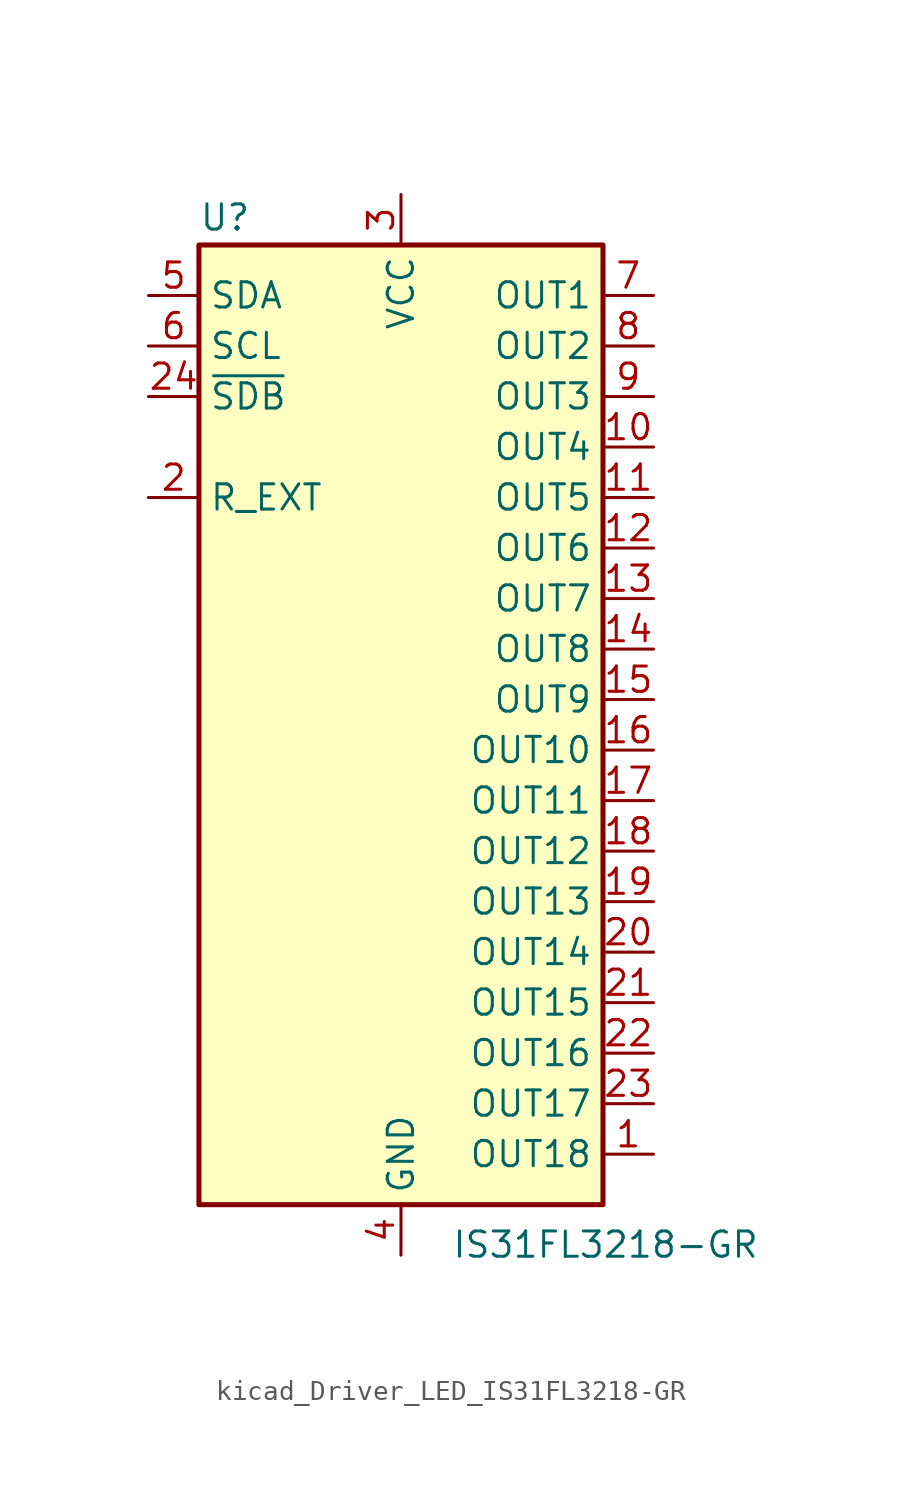
<source format=kicad_sym>
(kicad_symbol_lib
  (version 20220914)
  (generator kicad_symbol_editor)
  (symbol "kicad_Driver_LED_IS31FL3218-GR"
    (property "Reference" "U"
      (at -10.16 26.035 0)
      (effects (font (size 1.27 1.27)) (justify left bottom)))
    (property "Value" "IS31FL3218-GR"
      (at 2.54 -24.13 0)
      (effects (font (size 1.27 1.27)) (justify left top)))
    (symbol "kicad_Driver_LED_IS31FL3218-GR_0_1"
      (rectangle (start -10.16 25.4) (end 10.16 -22.86) (stroke (width 0.254) (type default)) (fill (type background))))
    (symbol "kicad_Driver_LED_IS31FL3218-GR_1_1"
      (pin open_collector line (at 12.7 -20.32 180) (length 2.54) (name "OUT18" (effects (font (size 1.27 1.27)))) (number "1" (effects (font (size 1.27 1.27)))))
      (pin open_collector line (at 12.7 15.24 180) (length 2.54) (name "OUT4" (effects (font (size 1.27 1.27)))) (number "10" (effects (font (size 1.27 1.27)))))
      (pin open_collector line (at 12.7 12.7 180) (length 2.54) (name "OUT5" (effects (font (size 1.27 1.27)))) (number "11" (effects (font (size 1.27 1.27)))))
      (pin open_collector line (at 12.7 10.16 180) (length 2.54) (name "OUT6" (effects (font (size 1.27 1.27)))) (number "12" (effects (font (size 1.27 1.27)))))
      (pin open_collector line (at 12.7 7.62 180) (length 2.54) (name "OUT7" (effects (font (size 1.27 1.27)))) (number "13" (effects (font (size 1.27 1.27)))))
      (pin open_collector line (at 12.7 5.08 180) (length 2.54) (name "OUT8" (effects (font (size 1.27 1.27)))) (number "14" (effects (font (size 1.27 1.27)))))
      (pin open_collector line (at 12.7 2.54 180) (length 2.54) (name "OUT9" (effects (font (size 1.27 1.27)))) (number "15" (effects (font (size 1.27 1.27)))))
      (pin open_collector line (at 12.7 0 180) (length 2.54) (name "OUT10" (effects (font (size 1.27 1.27)))) (number "16" (effects (font (size 1.27 1.27)))))
      (pin open_collector line (at 12.7 -2.54 180) (length 2.54) (name "OUT11" (effects (font (size 1.27 1.27)))) (number "17" (effects (font (size 1.27 1.27)))))
      (pin open_collector line (at 12.7 -5.08 180) (length 2.54) (name "OUT12" (effects (font (size 1.27 1.27)))) (number "18" (effects (font (size 1.27 1.27)))))
      (pin open_collector line (at 12.7 -7.62 180) (length 2.54) (name "OUT13" (effects (font (size 1.27 1.27)))) (number "19" (effects (font (size 1.27 1.27)))))
      (pin passive line (at -12.7 12.7 0) (length 2.54) (name "R_EXT" (effects (font (size 1.27 1.27)))) (number "2" (effects (font (size 1.27 1.27)))))
      (pin open_collector line (at 12.7 -10.16 180) (length 2.54) (name "OUT14" (effects (font (size 1.27 1.27)))) (number "20" (effects (font (size 1.27 1.27)))))
      (pin open_collector line (at 12.7 -12.7 180) (length 2.54) (name "OUT15" (effects (font (size 1.27 1.27)))) (number "21" (effects (font (size 1.27 1.27)))))
      (pin open_collector line (at 12.7 -15.24 180) (length 2.54) (name "OUT16" (effects (font (size 1.27 1.27)))) (number "22" (effects (font (size 1.27 1.27)))))
      (pin open_collector line (at 12.7 -17.78 180) (length 2.54) (name "OUT17" (effects (font (size 1.27 1.27)))) (number "23" (effects (font (size 1.27 1.27)))))
      (pin input line (at -12.7 17.78 0) (length 2.54) (name "~{SDB}" (effects (font (size 1.27 1.27)))) (number "24" (effects (font (size 1.27 1.27)))))
      (pin power_in line (at 0 27.94 270) (length 2.54) (name "VCC" (effects (font (size 1.27 1.27)))) (number "3" (effects (font (size 1.27 1.27)))))
      (pin power_in line (at 0 -25.4 90) (length 2.54) (name "GND" (effects (font (size 1.27 1.27)))) (number "4" (effects (font (size 1.27 1.27)))))
      (pin bidirectional line (at -12.7 22.86 0) (length 2.54) (name "SDA" (effects (font (size 1.27 1.27)))) (number "5" (effects (font (size 1.27 1.27)))))
      (pin input line (at -12.7 20.32 0) (length 2.54) (name "SCL" (effects (font (size 1.27 1.27)))) (number "6" (effects (font (size 1.27 1.27)))))
      (pin open_collector line (at 12.7 22.86 180) (length 2.54) (name "OUT1" (effects (font (size 1.27 1.27)))) (number "7" (effects (font (size 1.27 1.27)))))
      (pin open_collector line (at 12.7 20.32 180) (length 2.54) (name "OUT2" (effects (font (size 1.27 1.27)))) (number "8" (effects (font (size 1.27 1.27)))))
      (pin open_collector line (at 12.7 17.78 180) (length 2.54) (name "OUT3" (effects (font (size 1.27 1.27)))) (number "9" (effects (font (size 1.27 1.27))))))))
</source>
